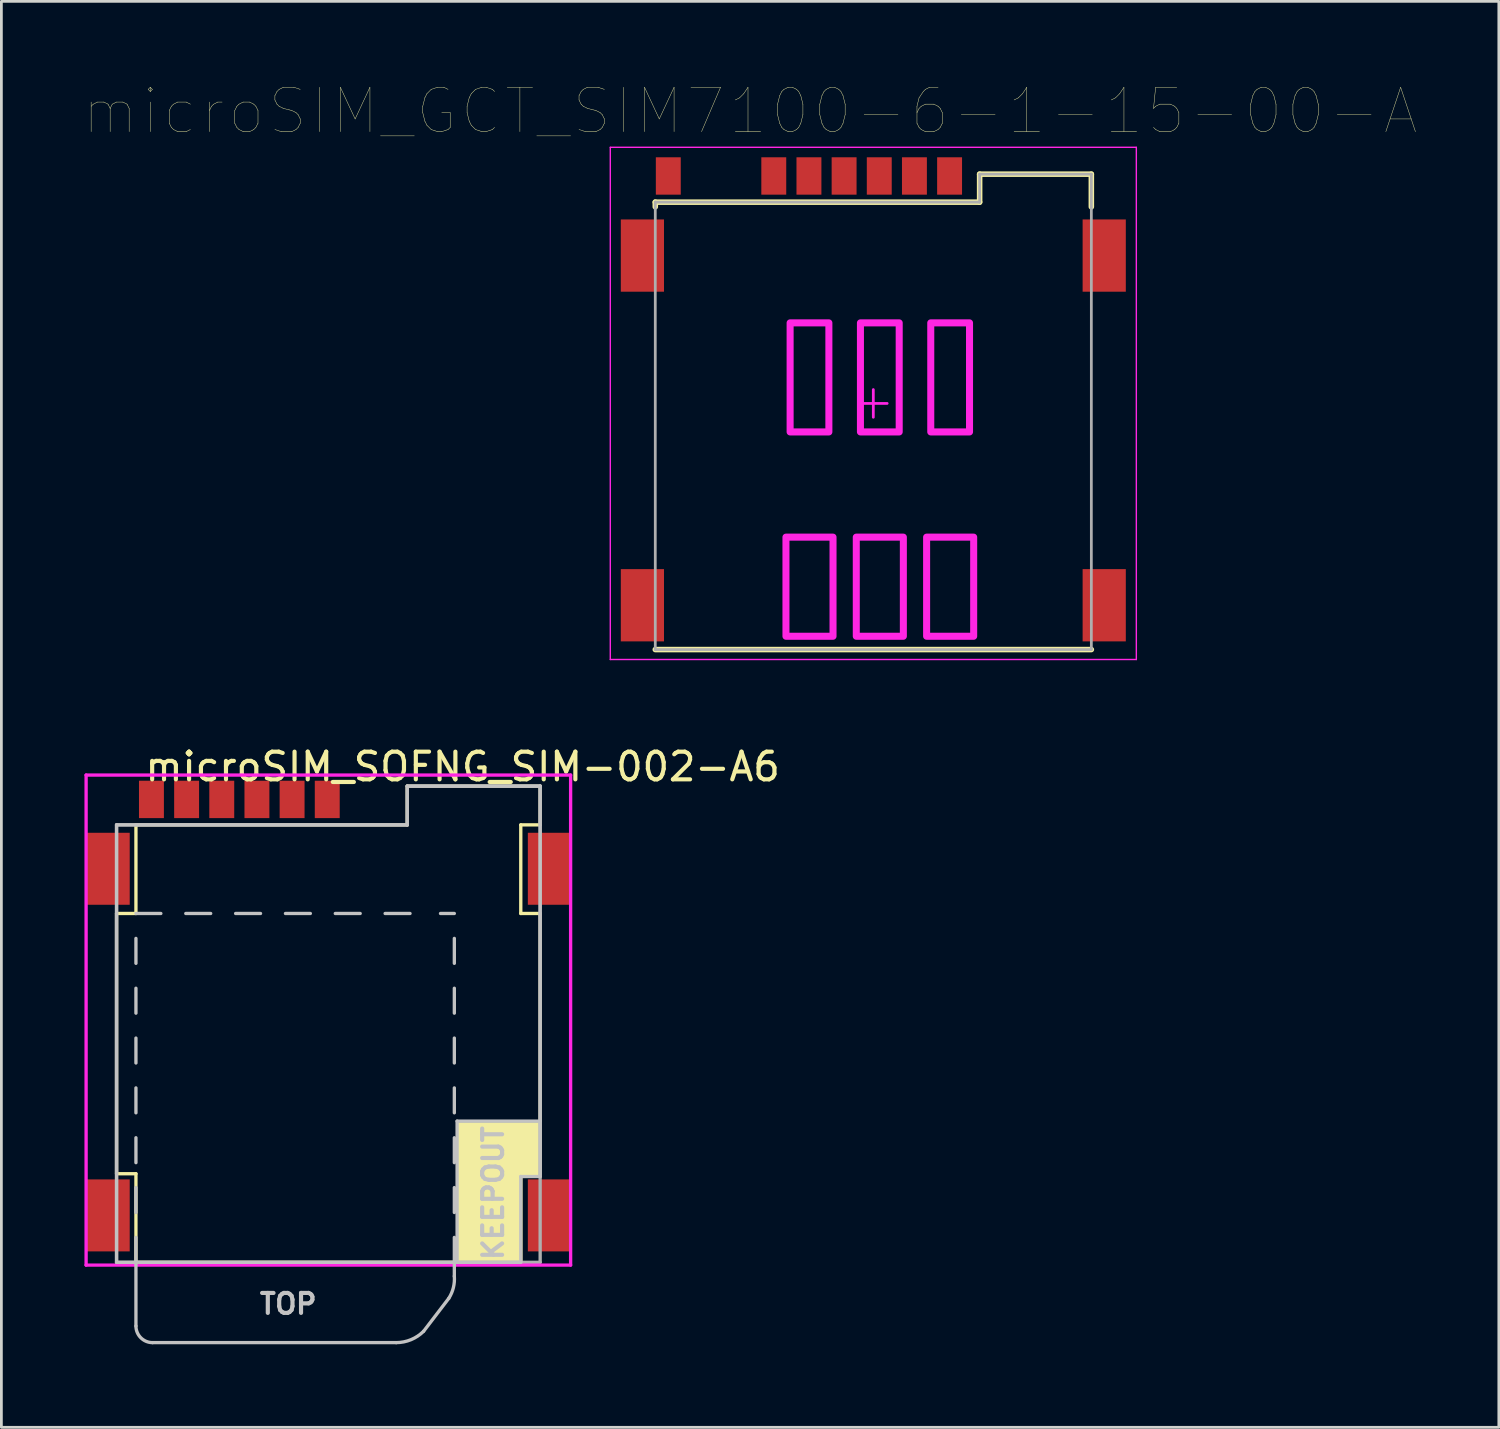
<source format=kicad_pcb>
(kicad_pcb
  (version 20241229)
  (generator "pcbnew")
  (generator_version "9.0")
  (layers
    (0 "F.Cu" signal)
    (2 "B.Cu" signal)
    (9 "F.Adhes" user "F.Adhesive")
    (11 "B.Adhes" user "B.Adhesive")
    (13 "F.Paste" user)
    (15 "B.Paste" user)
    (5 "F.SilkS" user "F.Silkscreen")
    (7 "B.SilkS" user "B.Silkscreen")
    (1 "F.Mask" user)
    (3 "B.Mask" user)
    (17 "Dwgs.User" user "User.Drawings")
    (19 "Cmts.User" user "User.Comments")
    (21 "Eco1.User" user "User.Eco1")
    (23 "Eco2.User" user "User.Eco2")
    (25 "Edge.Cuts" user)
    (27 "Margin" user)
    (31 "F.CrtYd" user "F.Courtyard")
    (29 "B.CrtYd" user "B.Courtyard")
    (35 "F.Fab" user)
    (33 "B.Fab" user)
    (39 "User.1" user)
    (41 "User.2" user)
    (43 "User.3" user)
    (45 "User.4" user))
  (footprint "microSIM_GCT_SIM7100-6-1-15-00-A"
    (layer "F.Cu")
    (at 28.493 11.521)
    (property "Reference" "microSIM_GCT_SIM7100-6-1-15-00-A" (at -4.45 -10.557 0) (layer "F.SilkS") (effects (font (size 1.602 1.602) (thickness 0.015))))
    (attr through_hole)
    (fp_line (start -7.875 -7.27) (end 3.84 -7.27) (stroke (width 0.2) (type solid)) (layer "F.SilkS"))
    (fp_line (start -7.875 -7.1) (end -7.875 -7.27) (stroke (width 0.2) (type solid)) (layer "F.SilkS"))
    (fp_line (start -7.875 8.89) (end 7.875 8.89) (stroke (width 0.2) (type solid)) (layer "F.SilkS"))
    (fp_line (start 3.84 -8.28) (end 7.875 -8.28) (stroke (width 0.2) (type solid)) (layer "F.SilkS"))
    (fp_line (start 3.84 -7.27) (end 3.84 -8.28) (stroke (width 0.2) (type solid)) (layer "F.SilkS"))
    (fp_line (start 7.875 -7.1) (end 7.875 -8.28) (stroke (width 0.2) (type solid)) (layer "F.SilkS"))
    (fp_line (start -9.5 -9.25) (end 9.5 -9.25) (stroke (width 0.05) (type solid)) (layer "F.CrtYd"))
    (fp_line (start -9.5 9.25) (end -9.5 -9.25) (stroke (width 0.05) (type solid)) (layer "F.CrtYd"))
    (fp_line (start -9.5 9.25) (end 9.5 9.25) (stroke (width 0.05) (type solid)) (layer "F.CrtYd"))
    (fp_line (start -0.5 0) (end 0.5 0) (stroke (width 0.1) (type solid)) (layer "F.CrtYd"))
    (fp_line (start 0 0.5) (end 0 -0.5) (stroke (width 0.1) (type solid)) (layer "F.CrtYd"))
    (fp_line (start 9.5 9.25) (end 9.5 -9.25) (stroke (width 0.05) (type solid)) (layer "F.CrtYd"))
    (fp_poly (pts (xy -3.155 8.41) (xy -1.455 8.41) (xy -1.455 4.83) (xy -3.155 4.83)) (stroke (width 0.254) (type solid)) (fill no) (layer "F.CrtYd"))
    (fp_poly (pts (xy -3.005 1.03) (xy -1.605 1.03) (xy -1.605 -2.91) (xy -3.005 -2.91)) (stroke (width 0.254) (type solid)) (fill no) (layer "F.CrtYd"))
    (fp_poly (pts (xy -0.615 8.41) (xy 1.085 8.41) (xy 1.085 4.83) (xy -0.615 4.83)) (stroke (width 0.254) (type solid)) (fill no) (layer "F.CrtYd"))
    (fp_poly (pts (xy -0.465 1.03) (xy 0.935 1.03) (xy 0.935 -2.91) (xy -0.465 -2.91)) (stroke (width 0.254) (type solid)) (fill no) (layer "F.CrtYd"))
    (fp_poly (pts (xy 1.925 8.41) (xy 3.625 8.41) (xy 3.625 4.83) (xy 1.925 4.83)) (stroke (width 0.254) (type solid)) (fill no) (layer "F.CrtYd"))
    (fp_poly (pts (xy 2.075 1.03) (xy 3.475 1.03) (xy 3.475 -2.91) (xy 2.075 -2.91)) (stroke (width 0.254) (type solid)) (fill no) (layer "F.CrtYd"))
    (fp_line (start -7.875 -7.27) (end 3.84 -7.27) (stroke (width 0.1) (type solid)) (layer "F.Fab"))
    (fp_line (start -7.875 8.89) (end -7.875 -7.27) (stroke (width 0.1) (type solid)) (layer "F.Fab"))
    (fp_line (start -7.875 8.89) (end 7.875 8.89) (stroke (width 0.1) (type solid)) (layer "F.Fab"))
    (fp_line (start 3.84 -8.28) (end 7.875 -8.28) (stroke (width 0.1) (type solid)) (layer "F.Fab"))
    (fp_line (start 3.84 -7.27) (end 3.84 -8.28) (stroke (width 0.1) (type solid)) (layer "F.Fab"))
    (fp_line (start 7.875 8.89) (end 7.875 -8.28) (stroke (width 0.1) (type solid)) (layer "F.Fab"))
    (pad "1" smd rect (at 2.755 -8.215) (size 0.9 1.35) (layers "F.Cu" "F.Mask" "F.Paste"))
    (pad "2" smd rect (at 0.215 -8.215) (size 0.9 1.35) (layers "F.Cu" "F.Mask" "F.Paste"))
    (pad "3" smd rect (at -2.325 -8.215) (size 0.9 1.35) (layers "F.Cu" "F.Mask" "F.Paste"))
    (pad "5" smd rect (at -8.34 -5.34) (size 1.56 2.61) (layers "F.Cu" "F.Mask" "F.Paste"))
    (pad "5" smd rect (at -8.34 7.29) (size 1.56 2.61) (layers "F.Cu" "F.Mask" "F.Paste"))
    (pad "5" smd rect (at 1.485 -8.215) (size 0.9 1.35) (layers "F.Cu" "F.Mask" "F.Paste"))
    (pad "5" smd rect (at 8.34 -5.34) (size 1.56 2.61) (layers "F.Cu" "F.Mask" "F.Paste"))
    (pad "5" smd rect (at 8.34 7.29) (size 1.56 2.61) (layers "F.Cu" "F.Mask" "F.Paste"))
    (pad "6" smd rect (at -1.055 -8.215) (size 0.9 1.35) (layers "F.Cu" "F.Mask" "F.Paste"))
    (pad "7" smd rect (at -3.595 -8.215) (size 0.9 1.35) (layers "F.Cu" "F.Mask" "F.Paste"))
    (pad "CD" smd rect (at -7.405 -8.215) (size 0.9 1.35) (layers "F.Cu" "F.Mask" "F.Paste")))
  (footprint "microSIM_SOFNG_SIM-002-A6"
    (layer "F.Cu")
    (at 8.46 34.044)
    (property "Reference" "microSIM_SOFNG_SIM-002-A6" (at 5.2 -9.4 0) (layer "F.SilkS") (effects (font (size 1 1) (thickness 0.15))))
    (attr through_hole)
    (fp_line (start -7.3 5.3) (end -7.3 -4.1) (stroke (width 0.12) (type solid)) (layer "F.SilkS"))
    (fp_line (start -7.3 5.3) (end -6.6 5.3) (stroke (width 0.12) (type solid)) (layer "F.SilkS"))
    (fp_line (start -6.6 -4.1) (end -7.3 -4.1) (stroke (width 0.12) (type solid)) (layer "F.SilkS"))
    (fp_line (start -6.6 -4.1) (end -6.6 -7.3) (stroke (width 0.12) (type solid)) (layer "F.SilkS"))
    (fp_line (start -6.6 5.3) (end -6.6 8.5) (stroke (width 0.12) (type solid)) (layer "F.SilkS"))
    (fp_line (start 3.2 -8.7) (end 8 -8.7) (stroke (width 0.12) (type solid)) (layer "F.SilkS"))
    (fp_line (start 3.2 -7.3) (end -6.6 -7.3) (stroke (width 0.12) (type solid)) (layer "F.SilkS"))
    (fp_line (start 3.2 -7.3) (end 3.2 -8.7) (stroke (width 0.12) (type solid)) (layer "F.SilkS"))
    (fp_line (start 5.02 3.5) (end 5.02 8.48) (stroke (width 0.12) (type solid)) (layer "F.SilkS"))
    (fp_line (start 5.02 3.5) (end 8 3.5) (stroke (width 0.12) (type solid)) (layer "F.SilkS"))
    (fp_line (start 7.3 -4.1) (end 7.3 -7.3) (stroke (width 0.12) (type solid)) (layer "F.SilkS"))
    (fp_line (start 7.3 5.3) (end 7.3 8.5) (stroke (width 0.12) (type solid)) (layer "F.SilkS"))
    (fp_line (start 7.3 8.5) (end -6.6 8.5) (stroke (width 0.12) (type solid)) (layer "F.SilkS"))
    (fp_line (start 8 -8.7) (end 8 -7.3) (stroke (width 0.12) (type solid)) (layer "F.SilkS"))
    (fp_line (start 8 -7.3) (end 7.3 -7.3) (stroke (width 0.12) (type solid)) (layer "F.SilkS"))
    (fp_line (start 8 -4.1) (end 7.3 -4.1) (stroke (width 0.12) (type solid)) (layer "F.SilkS"))
    (fp_line (start 8 -4.1) (end 8 5.3) (stroke (width 0.12) (type solid)) (layer "F.SilkS"))
    (fp_line (start 8 5.3) (end 7.3 5.3) (stroke (width 0.12) (type solid)) (layer "F.SilkS"))
    (fp_poly (pts (xy 8 5.3) (xy 7.3 5.3) (xy 7.3 8.5) (xy 5.02 8.48) (xy 5.02 3.5) (xy 8 3.5)) (stroke (width 0.1) (type solid)) (fill yes) (layer "F.SilkS"))
    (fp_line (start -7.3 -7.3) (end 3.2 -7.3) (stroke (width 0.12) (type solid)) (layer "Dwgs.User"))
    (fp_line (start -7.3 8.5) (end -7.3 -7.3) (stroke (width 0.12) (type solid)) (layer "Dwgs.User"))
    (fp_line (start -6.6 -2.3) (end -6.6 -3.2) (stroke (width 0.12) (type solid)) (layer "Dwgs.User"))
    (fp_line (start -6.6 -0.5) (end -6.6 -1.4) (stroke (width 0.12) (type solid)) (layer "Dwgs.User"))
    (fp_line (start -6.6 1.3) (end -6.6 0.4) (stroke (width 0.12) (type solid)) (layer "Dwgs.User"))
    (fp_line (start -6.6 3.1) (end -6.6 2.2) (stroke (width 0.12) (type solid)) (layer "Dwgs.User"))
    (fp_line (start -6.6 4.9) (end -6.6 4) (stroke (width 0.12) (type solid)) (layer "Dwgs.User"))
    (fp_line (start -6.6 6.7) (end -6.6 5.8) (stroke (width 0.12) (type solid)) (layer "Dwgs.User"))
    (fp_line (start -6.6 8.5) (end -7.3 8.5) (stroke (width 0.12) (type solid)) (layer "Dwgs.User"))
    (fp_line (start -6.6 8.5) (end -6.6 7.6) (stroke (width 0.12) (type solid)) (layer "Dwgs.User"))
    (fp_line (start -6.6 8.5) (end -6.6 10.8) (stroke (width 0.12) (type solid)) (layer "Dwgs.User"))
    (fp_line (start -6 11.4) (end 2.8 11.4) (stroke (width 0.12) (type solid)) (layer "Dwgs.User"))
    (fp_line (start -5.7 -4.1) (end -6.6 -4.1) (stroke (width 0.12) (type solid)) (layer "Dwgs.User"))
    (fp_line (start -4.8 -4.1) (end -3.9 -4.1) (stroke (width 0.12) (type solid)) (layer "Dwgs.User"))
    (fp_line (start -2.1 -4.1) (end -3 -4.1) (stroke (width 0.12) (type solid)) (layer "Dwgs.User"))
    (fp_line (start -0.3 -4.1) (end -1.2 -4.1) (stroke (width 0.12) (type solid)) (layer "Dwgs.User"))
    (fp_line (start 1.5 -4.1) (end 0.6 -4.1) (stroke (width 0.12) (type solid)) (layer "Dwgs.User"))
    (fp_line (start 3.2 -8.7) (end 8 -8.7) (stroke (width 0.12) (type solid)) (layer "Dwgs.User"))
    (fp_line (start 3.2 -7.3) (end 3.2 -8.7) (stroke (width 0.12) (type solid)) (layer "Dwgs.User"))
    (fp_line (start 3.3 -4.1) (end 2.4 -4.1) (stroke (width 0.12) (type solid)) (layer "Dwgs.User"))
    (fp_line (start 3.79 10.99) (end 4.7 9.8) (stroke (width 0.12) (type solid)) (layer "Dwgs.User"))
    (fp_line (start 4.9 -4.1) (end 4.4 -4.1) (stroke (width 0.12) (type solid)) (layer "Dwgs.User"))
    (fp_line (start 4.9 -2.3) (end 4.9 -3.2) (stroke (width 0.12) (type solid)) (layer "Dwgs.User"))
    (fp_line (start 4.9 -0.5) (end 4.9 -1.4) (stroke (width 0.12) (type solid)) (layer "Dwgs.User"))
    (fp_line (start 4.9 1.3) (end 4.9 0.4) (stroke (width 0.12) (type solid)) (layer "Dwgs.User"))
    (fp_line (start 4.9 3.1) (end 4.9 2.2) (stroke (width 0.12) (type solid)) (layer "Dwgs.User"))
    (fp_line (start 4.9 4.9) (end 4.9 4) (stroke (width 0.12) (type solid)) (layer "Dwgs.User"))
    (fp_line (start 4.9 6.7) (end 4.9 5.8) (stroke (width 0.12) (type solid)) (layer "Dwgs.User"))
    (fp_line (start 4.9 8.5) (end 4.9 7.6) (stroke (width 0.12) (type solid)) (layer "Dwgs.User"))
    (fp_line (start 4.9 9) (end 4.9 8.5) (stroke (width 0.12) (type solid)) (layer "Dwgs.User"))
    (fp_line (start 5 3.4) (end 5 8.5) (stroke (width 0.12) (type solid)) (layer "Dwgs.User"))
    (fp_line (start 5 8.5) (end -6.6 8.5) (stroke (width 0.12) (type solid)) (layer "Dwgs.User"))
    (fp_line (start 5 8.5) (end 7.3 8.5) (stroke (width 0.12) (type solid)) (layer "Dwgs.User"))
    (fp_line (start 7.3 5.4) (end 8 5.4) (stroke (width 0.12) (type solid)) (layer "Dwgs.User"))
    (fp_line (start 7.3 8.5) (end 7.3 5.4) (stroke (width 0.12) (type solid)) (layer "Dwgs.User"))
    (fp_line (start 8 -8.7) (end 8 3.4) (stroke (width 0.12) (type solid)) (layer "Dwgs.User"))
    (fp_line (start 8 3.4) (end 5 3.4) (stroke (width 0.12) (type solid)) (layer "Dwgs.User"))
    (fp_line (start 8 5.4) (end 8 3.4) (stroke (width 0.12) (type solid)) (layer "Dwgs.User"))
    (fp_arc (start -6 11.4) (mid -6.424264 11.224264) (end -6.6 10.8) (stroke (width 0.12) (type solid)) (layer "Dwgs.User"))
    (fp_arc (start 3.789949 10.989949) (mid 3.335757 11.293431) (end 2.8 11.4) (stroke (width 0.12) (type solid)) (layer "Dwgs.User"))
    (fp_arc (start 4.899858 8.998177) (mid 4.865132 9.415341) (end 4.7 9.8) (stroke (width 0.12) (type solid)) (layer "Dwgs.User"))
    (fp_line (start -8.4 -9.1) (end -8.4 8.6) (stroke (width 0.12) (type solid)) (layer "F.CrtYd"))
    (fp_line (start -8.4 8.6) (end 9.1 8.6) (stroke (width 0.12) (type solid)) (layer "F.CrtYd"))
    (fp_line (start 9.1 -9.1) (end -8.4 -9.1) (stroke (width 0.12) (type solid)) (layer "F.CrtYd"))
    (fp_line (start 9.1 8.6) (end 9.1 -9.1) (stroke (width 0.12) (type solid)) (layer "F.CrtYd"))
    (fp_line (start -7.3 -7.3) (end 3.2 -7.3) (stroke (width 0.12) (type solid)) (layer "F.Fab"))
    (fp_line (start -7.3 8.5) (end -7.3 -7.3) (stroke (width 0.12) (type solid)) (layer "F.Fab"))
    (fp_line (start 3.2 -8.7) (end 8 -8.7) (stroke (width 0.12) (type solid)) (layer "F.Fab"))
    (fp_line (start 3.2 -7.3) (end 3.2 -8.7) (stroke (width 0.12) (type solid)) (layer "F.Fab"))
    (fp_line (start 8 -8.7) (end 8 8.5) (stroke (width 0.12) (type solid)) (layer "F.Fab"))
    (fp_line (start 8 8.5) (end -7.3 8.5) (stroke (width 0.12) (type solid)) (layer "F.Fab"))
    (fp_text user "TOP" (at -1.1 10 180) (layer "Dwgs.User") (effects (font (size 0.72 0.72) (thickness 0.15))))
    (fp_text user "KEEPOUT" (at 6.3 6 90) (layer "Dwgs.User") (effects (font (size 0.72 0.72) (thickness 0.15))))
    (pad "1" smd rect (at -4.77 -8.22) (size 0.9 1.35) (layers "F.Cu" "F.Mask" "F.Paste"))
    (pad "2" smd rect (at -2.23 -8.22) (size 0.9 1.35) (layers "F.Cu" "F.Mask" "F.Paste"))
    (pad "3" smd rect (at 0.31 -8.22) (size 0.9 1.35) (layers "F.Cu" "F.Mask" "F.Paste"))
    (pad "5" smd rect (at -7.6 -5.715) (size 1.55 2.6) (layers "F.Cu" "F.Mask" "F.Paste"))
    (pad "5" smd rect (at -7.6 6.805) (size 1.55 2.6) (layers "F.Cu" "F.Mask" "F.Paste"))
    (pad "5" smd rect (at -6.04 -8.22) (size 0.9 1.35) (layers "F.Cu" "F.Mask" "F.Paste"))
    (pad "5" smd rect (at 8.33 -5.715) (size 1.55 2.6) (layers "F.Cu" "F.Mask" "F.Paste"))
    (pad "5" smd rect (at 8.33 6.805) (size 1.55 2.6) (layers "F.Cu" "F.Mask" "F.Paste"))
    (pad "6" smd rect (at -3.5 -8.22) (size 0.9 1.35) (layers "F.Cu" "F.Mask" "F.Paste"))
    (pad "7" smd rect (at -0.96 -8.22) (size 0.9 1.35) (layers "F.Cu" "F.Mask" "F.Paste")))
  (gr_rect
    (start -3 -3)
    (end 51.086 48.504)
    (stroke (width 0.1) (type default))
    (fill no)
    (layer "Edge.Cuts")))
</source>
